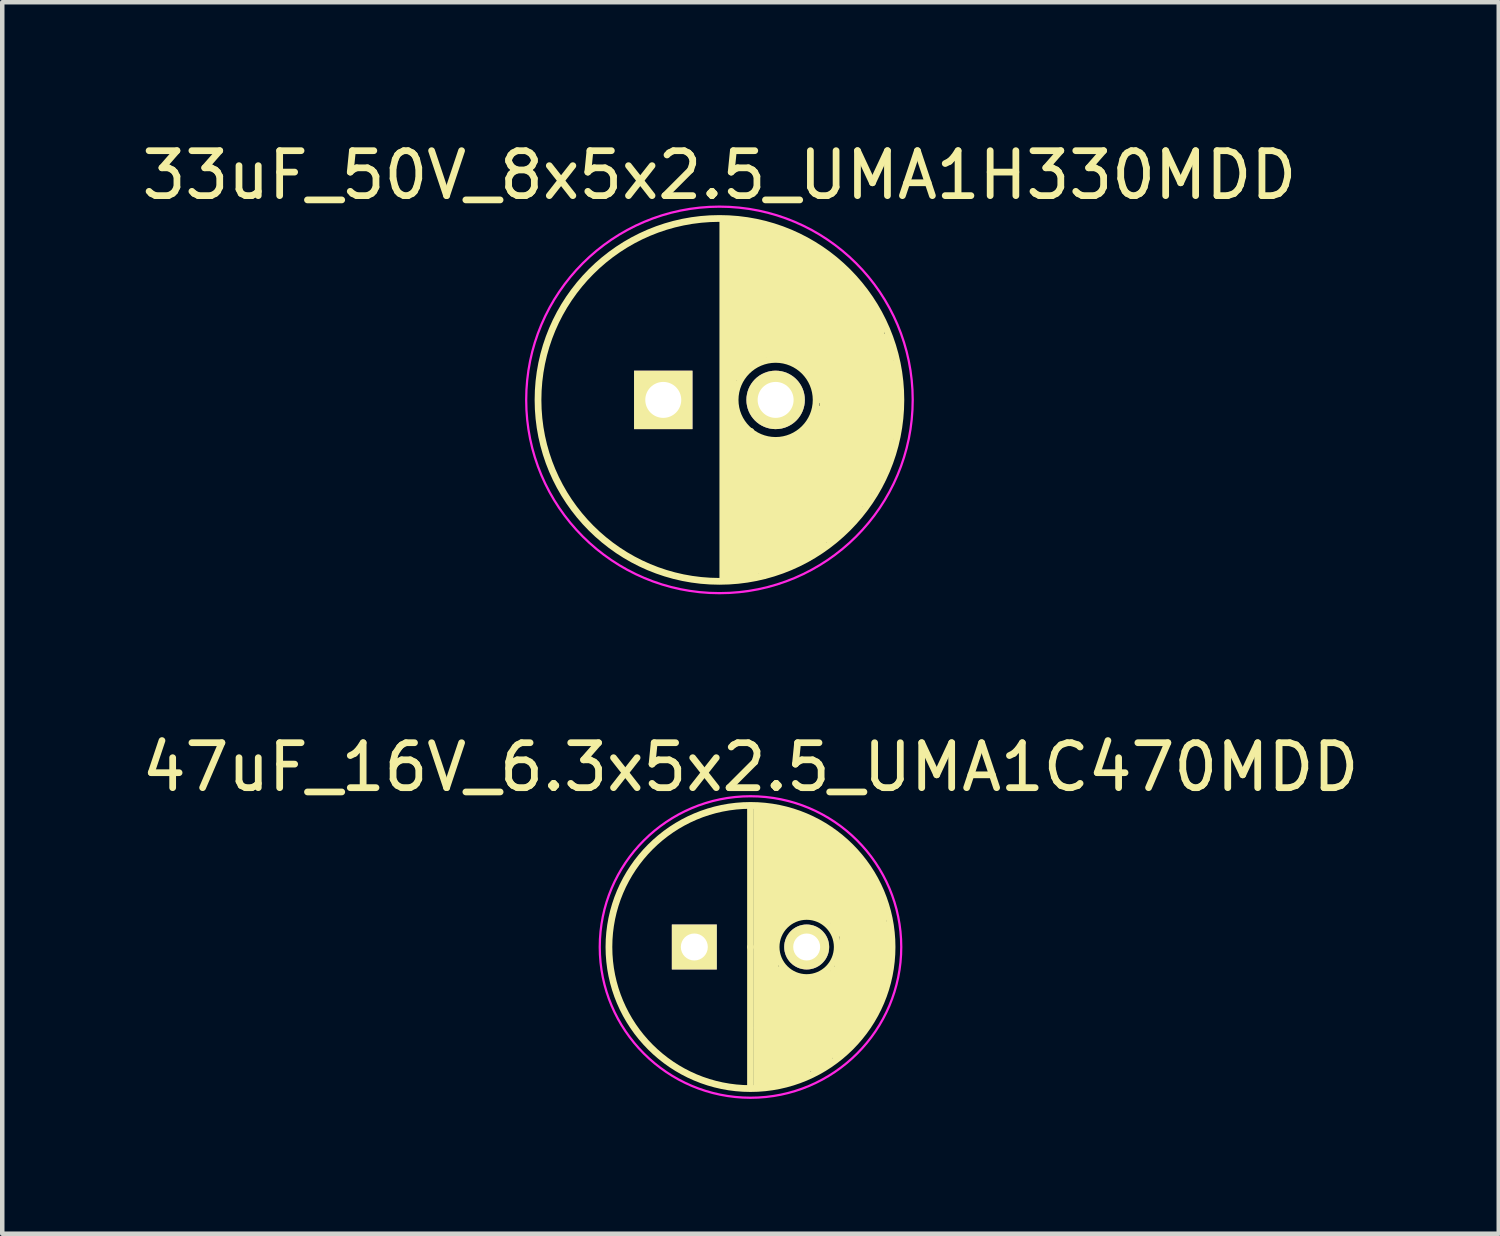
<source format=kicad_pcb>
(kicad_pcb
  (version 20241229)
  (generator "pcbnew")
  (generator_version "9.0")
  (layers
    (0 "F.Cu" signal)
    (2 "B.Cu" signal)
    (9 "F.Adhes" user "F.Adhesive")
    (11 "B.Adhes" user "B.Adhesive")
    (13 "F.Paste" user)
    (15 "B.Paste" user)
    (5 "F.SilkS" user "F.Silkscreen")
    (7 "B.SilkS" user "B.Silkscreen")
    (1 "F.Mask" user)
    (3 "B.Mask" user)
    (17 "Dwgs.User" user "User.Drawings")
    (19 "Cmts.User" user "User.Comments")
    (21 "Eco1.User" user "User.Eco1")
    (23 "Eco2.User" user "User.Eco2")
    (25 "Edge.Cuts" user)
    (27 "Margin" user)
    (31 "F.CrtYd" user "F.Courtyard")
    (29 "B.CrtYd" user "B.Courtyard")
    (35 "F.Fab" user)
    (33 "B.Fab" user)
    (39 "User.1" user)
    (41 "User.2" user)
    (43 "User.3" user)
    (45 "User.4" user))
  (footprint "47uF_16V_6.3x5x2.5_UMA1C470MDD"
    (layer "F.Cu")
    (at 13.649 18.021)
    (property "Reference" "47uF_16V_6.3x5x2.5_UMA1C470MDD" (at 0 -4 0) (layer "F.SilkS") (effects (font (size 1 1) (thickness 0.15))))
    (attr through_hole)
    (fp_line (start 0 0) (end 0 -3.1) (stroke (width 0.15) (type solid)) (layer "F.SilkS"))
    (fp_line (start 0 0) (end 0 3.1) (stroke (width 0.15) (type solid)) (layer "F.SilkS"))
    (fp_line (start 0.15 1.8) (end 0.15 -3.1) (stroke (width 0.15) (type solid)) (layer "F.SilkS"))
    (fp_line (start 0.15 3.1) (end 0.15 1.8) (stroke (width 0.15) (type solid)) (layer "F.SilkS"))
    (fp_line (start 0.25 -3.1) (end 0.25 3.1) (stroke (width 0.15) (type solid)) (layer "F.SilkS"))
    (fp_line (start 0.35 3) (end 0.35 -3) (stroke (width 0.15) (type solid)) (layer "F.SilkS"))
    (fp_line (start 0.45 -3.1) (end 0.45 3.1) (stroke (width 0.15) (type solid)) (layer "F.SilkS"))
    (fp_line (start 0.55 -3) (end 0.55 -0.2) (stroke (width 0.15) (type solid)) (layer "F.SilkS"))
    (fp_line (start 0.55 0.2) (end 0.55 3) (stroke (width 0.15) (type solid)) (layer "F.SilkS"))
    (fp_line (start 0.65 -3) (end 0.55 -3) (stroke (width 0.15) (type solid)) (layer "F.SilkS"))
    (fp_line (start 0.65 -0.4) (end 0.65 -3) (stroke (width 0.15) (type solid)) (layer "F.SilkS"))
    (fp_line (start 0.65 3) (end 0.65 0.5) (stroke (width 0.15) (type solid)) (layer "F.SilkS"))
    (fp_line (start 0.75 -3) (end 0.75 -0.6) (stroke (width 0.15) (type solid)) (layer "F.SilkS"))
    (fp_line (start 0.75 -0.6) (end 0.65 -0.4) (stroke (width 0.15) (type solid)) (layer "F.SilkS"))
    (fp_line (start 0.75 0.5) (end 0.75 3) (stroke (width 0.15) (type solid)) (layer "F.SilkS"))
    (fp_line (start 0.85 -2.9) (end 0.75 -3) (stroke (width 0.15) (type solid)) (layer "F.SilkS"))
    (fp_line (start 0.85 -0.6) (end 0.85 -2.9) (stroke (width 0.15) (type solid)) (layer "F.SilkS"))
    (fp_line (start 0.85 2.9) (end 0.85 0.6) (stroke (width 0.15) (type solid)) (layer "F.SilkS"))
    (fp_line (start 0.95 -2.9) (end 0.95 -0.7) (stroke (width 0.15) (type solid)) (layer "F.SilkS"))
    (fp_line (start 0.95 -0.7) (end 0.85 -0.6) (stroke (width 0.15) (type solid)) (layer "F.SilkS"))
    (fp_line (start 0.95 0.7) (end 0.95 2.9) (stroke (width 0.15) (type solid)) (layer "F.SilkS"))
    (fp_line (start 1.05 -2.9) (end 1.15 -2.8) (stroke (width 0.15) (type solid)) (layer "F.SilkS"))
    (fp_line (start 1.05 -2.8) (end 0.95 -2.9) (stroke (width 0.15) (type solid)) (layer "F.SilkS"))
    (fp_line (start 1.05 -0.7) (end 1.05 -2.8) (stroke (width 0.15) (type solid)) (layer "F.SilkS"))
    (fp_line (start 1.05 2.9) (end 1.05 0.7) (stroke (width 0.15) (type solid)) (layer "F.SilkS"))
    (fp_line (start 1.15 -2.8) (end 1.15 -0.7) (stroke (width 0.15) (type solid)) (layer "F.SilkS"))
    (fp_line (start 1.15 -0.7) (end 1.05 -0.7) (stroke (width 0.15) (type solid)) (layer "F.SilkS"))
    (fp_line (start 1.15 0.7) (end 1.15 2.8) (stroke (width 0.15) (type solid)) (layer "F.SilkS"))
    (fp_line (start 1.25 -2.8) (end 1.05 -2.9) (stroke (width 0.15) (type solid)) (layer "F.SilkS"))
    (fp_line (start 1.25 -0.8) (end 1.25 -2.8) (stroke (width 0.15) (type solid)) (layer "F.SilkS"))
    (fp_line (start 1.25 2.8) (end 1.25 0.8) (stroke (width 0.15) (type solid)) (layer "F.SilkS"))
    (fp_line (start 1.35 -2.8) (end 1.35 -0.7) (stroke (width 0.15) (type solid)) (layer "F.SilkS"))
    (fp_line (start 1.35 -0.7) (end 1.25 -0.8) (stroke (width 0.15) (type solid)) (layer "F.SilkS"))
    (fp_line (start 1.35 0.7) (end 1.35 2.7) (stroke (width 0.15) (type solid)) (layer "F.SilkS"))
    (fp_line (start 1.45 -2.7) (end 1.35 -2.8) (stroke (width 0.15) (type solid)) (layer "F.SilkS"))
    (fp_line (start 1.45 -0.7) (end 1.45 -2.7) (stroke (width 0.15) (type solid)) (layer "F.SilkS"))
    (fp_line (start 1.45 2.7) (end 1.45 0.7) (stroke (width 0.15) (type solid)) (layer "F.SilkS"))
    (fp_line (start 1.55 -2.7) (end 1.55 -0.7) (stroke (width 0.15) (type solid)) (layer "F.SilkS"))
    (fp_line (start 1.55 -0.7) (end 1.45 -0.7) (stroke (width 0.15) (type solid)) (layer "F.SilkS"))
    (fp_line (start 1.55 0.7) (end 1.55 2.6) (stroke (width 0.15) (type solid)) (layer "F.SilkS"))
    (fp_line (start 1.65 -2.6) (end 1.55 -2.7) (stroke (width 0.15) (type solid)) (layer "F.SilkS"))
    (fp_line (start 1.65 -2.5) (end 1.85 -2.5) (stroke (width 0.15) (type solid)) (layer "F.SilkS"))
    (fp_line (start 1.65 -0.6) (end 1.65 -2.6) (stroke (width 0.15) (type solid)) (layer "F.SilkS"))
    (fp_line (start 1.65 2.6) (end 1.65 0.6) (stroke (width 0.15) (type solid)) (layer "F.SilkS"))
    (fp_line (start 1.75 -2.5) (end 1.75 -0.6) (stroke (width 0.15) (type solid)) (layer "F.SilkS"))
    (fp_line (start 1.75 0.6) (end 1.75 2.5) (stroke (width 0.15) (type solid)) (layer "F.SilkS"))
    (fp_line (start 1.85 -0.4) (end 1.85 -2.4) (stroke (width 0.15) (type solid)) (layer "F.SilkS"))
    (fp_line (start 1.85 2.4) (end 1.85 0.5) (stroke (width 0.15) (type solid)) (layer "F.SilkS"))
    (fp_line (start 1.95 -2.4) (end 1.95 -0.3) (stroke (width 0.15) (type solid)) (layer "F.SilkS"))
    (fp_line (start 1.95 0.2) (end 1.95 0.4) (stroke (width 0.15) (type solid)) (layer "F.SilkS"))
    (fp_line (start 1.95 0.4) (end 1.95 2.4) (stroke (width 0.15) (type solid)) (layer "F.SilkS"))
    (fp_line (start 2.05 -2.3) (end 2.15 -2.2) (stroke (width 0.15) (type solid)) (layer "F.SilkS"))
    (fp_line (start 2.05 0) (end 2.05 -2.3) (stroke (width 0.15) (type solid)) (layer "F.SilkS"))
    (fp_line (start 2.05 2.3) (end 2.05 0) (stroke (width 0.15) (type solid)) (layer "F.SilkS"))
    (fp_line (start 2.15 -2.1) (end 2.15 2.2) (stroke (width 0.15) (type solid)) (layer "F.SilkS"))
    (fp_line (start 2.15 2.2) (end 2.25 2.1) (stroke (width 0.15) (type solid)) (layer "F.SilkS"))
    (fp_line (start 2.25 -2.1) (end 2.35 -1.9) (stroke (width 0.15) (type solid)) (layer "F.SilkS"))
    (fp_line (start 2.25 2.1) (end 2.25 -2.1) (stroke (width 0.15) (type solid)) (layer "F.SilkS"))
    (fp_line (start 2.35 -1.9) (end 2.35 2) (stroke (width 0.15) (type solid)) (layer "F.SilkS"))
    (fp_line (start 2.35 2) (end 2.45 1.8) (stroke (width 0.15) (type solid)) (layer "F.SilkS"))
    (fp_line (start 2.45 -1.9) (end 2.55 -1.7) (stroke (width 0.15) (type solid)) (layer "F.SilkS"))
    (fp_line (start 2.45 1.8) (end 2.45 -1.9) (stroke (width 0.15) (type solid)) (layer "F.SilkS"))
    (fp_line (start 2.55 -1.7) (end 2.55 1.7) (stroke (width 0.15) (type solid)) (layer "F.SilkS"))
    (fp_line (start 2.55 -1.7) (end 2.65 -1.5) (stroke (width 0.15) (type solid)) (layer "F.SilkS"))
    (fp_line (start 2.55 1.7) (end 2.65 1.5) (stroke (width 0.15) (type solid)) (layer "F.SilkS"))
    (fp_line (start 2.65 -1.5) (end 2.75 -1.3) (stroke (width 0.15) (type solid)) (layer "F.SilkS"))
    (fp_line (start 2.65 1.5) (end 2.65 -1.5) (stroke (width 0.15) (type solid)) (layer "F.SilkS"))
    (fp_line (start 2.75 -1.3) (end 2.75 1.4) (stroke (width 0.15) (type solid)) (layer "F.SilkS"))
    (fp_line (start 2.75 1.4) (end 2.85 1.1) (stroke (width 0.15) (type solid)) (layer "F.SilkS"))
    (fp_line (start 2.85 -1.2) (end 2.95 -0.7) (stroke (width 0.15) (type solid)) (layer "F.SilkS"))
    (fp_line (start 2.85 1.1) (end 2.85 -1.2) (stroke (width 0.15) (type solid)) (layer "F.SilkS"))
    (fp_line (start 2.95 -0.7) (end 2.95 0.9) (stroke (width 0.15) (type solid)) (layer "F.SilkS"))
    (fp_line (start 2.95 0.9) (end 3.05 0.3) (stroke (width 0.15) (type solid)) (layer "F.SilkS"))
    (fp_line (start 3.05 0.3) (end 3.05 -0.5) (stroke (width 0.15) (type solid)) (layer "F.SilkS"))
    (fp_circle (center 0 0) (end 0 3.15) (stroke (width 0.15) (type solid)) (fill no) (layer "F.SilkS"))
    (fp_circle (center 1.25 0) (end 1.65 0.55) (stroke (width 0.15) (type solid)) (fill no) (layer "F.SilkS"))
    (fp_circle (center 0 0) (end 0.6 3.3) (stroke (width 0.05) (type solid)) (fill no) (layer "F.CrtYd"))
    (pad "1" thru_hole rect (at -1.25 0) (size 1 1) (drill 0.6) (layers "*.Cu" "*.Mask" "F.SilkS"))
    (pad "2" thru_hole circle (at 1.25 0) (size 1 1) (drill 0.6) (layers "*.Cu" "*.Mask" "F.SilkS")))
  (footprint "33uF_50V_8x5x2.5_UMA1H330MDD"
    (layer "F.Cu")
    (at 12.958 5.848)
    (property "Reference" "33uF_50V_8x5x2.5_UMA1H330MDD" (at 0 -5 0) (layer "F.SilkS") (effects (font (size 1 1) (thickness 0.15))))
    (attr through_hole)
    (fp_line (start 0.075 -3.999) (end 0.075 3.999) (stroke (width 0.15) (type solid)) (layer "F.SilkS"))
    (fp_line (start 0.2 -4) (end 0.2 4) (stroke (width 0.15) (type solid)) (layer "F.SilkS"))
    (fp_line (start 0.3 4) (end 0.3 -4) (stroke (width 0.15) (type solid)) (layer "F.SilkS"))
    (fp_line (start 0.4 -4) (end 0.4 -0.5) (stroke (width 0.15) (type solid)) (layer "F.SilkS"))
    (fp_line (start 0.4 4) (end 0.4 0.4) (stroke (width 0.15) (type solid)) (layer "F.SilkS"))
    (fp_line (start 0.5 -0.6) (end 0.5 -3.9) (stroke (width 0.15) (type solid)) (layer "F.SilkS"))
    (fp_line (start 0.5 0.6) (end 0.5 3.9) (stroke (width 0.15) (type solid)) (layer "F.SilkS"))
    (fp_line (start 0.6 -3.9) (end 0.6 -0.7) (stroke (width 0.15) (type solid)) (layer "F.SilkS"))
    (fp_line (start 0.6 3.9) (end 0.6 0.7) (stroke (width 0.15) (type solid)) (layer "F.SilkS"))
    (fp_line (start 0.7 -0.8) (end 0.7 -3.9) (stroke (width 0.15) (type solid)) (layer "F.SilkS"))
    (fp_line (start 0.7 0.7) (end 0.7 3.9) (stroke (width 0.15) (type solid)) (layer "F.SilkS"))
    (fp_line (start 0.8 -3.9) (end 0.8 -0.9) (stroke (width 0.15) (type solid)) (layer "F.SilkS"))
    (fp_line (start 0.8 3.9) (end 0.8 0.8) (stroke (width 0.15) (type solid)) (layer "F.SilkS"))
    (fp_line (start 0.9 -0.9) (end 0.9 -3.9) (stroke (width 0.15) (type solid)) (layer "F.SilkS"))
    (fp_line (start 0.9 0.9) (end 0.9 3.8) (stroke (width 0.15) (type solid)) (layer "F.SilkS"))
    (fp_line (start 1 -3.9) (end 1 -1) (stroke (width 0.15) (type solid)) (layer "F.SilkS"))
    (fp_line (start 1 3.9) (end 1 0.9) (stroke (width 0.15) (type solid)) (layer "F.SilkS"))
    (fp_line (start 1.1 -1) (end 1.1 -3.8) (stroke (width 0.15) (type solid)) (layer "F.SilkS"))
    (fp_line (start 1.1 1) (end 1.1 3.8) (stroke (width 0.15) (type solid)) (layer "F.SilkS"))
    (fp_line (start 1.1 3.8) (end 1 3.9) (stroke (width 0.15) (type solid)) (layer "F.SilkS"))
    (fp_line (start 1.2 -1) (end 1.2 -3.8) (stroke (width 0.15) (type solid)) (layer "F.SilkS"))
    (fp_line (start 1.2 3.8) (end 1.2 1) (stroke (width 0.15) (type solid)) (layer "F.SilkS"))
    (fp_line (start 1.3 -3.8) (end 1.3 -1) (stroke (width 0.15) (type solid)) (layer "F.SilkS"))
    (fp_line (start 1.3 1) (end 1.3 3.8) (stroke (width 0.15) (type solid)) (layer "F.SilkS"))
    (fp_line (start 1.4 -0.9) (end 1.4 -3.7) (stroke (width 0.15) (type solid)) (layer "F.SilkS"))
    (fp_line (start 1.4 3.7) (end 1.4 1) (stroke (width 0.15) (type solid)) (layer "F.SilkS"))
    (fp_line (start 1.5 -3.7) (end 1.5 -1) (stroke (width 0.15) (type solid)) (layer "F.SilkS"))
    (fp_line (start 1.5 0.9) (end 1.5 3.7) (stroke (width 0.15) (type solid)) (layer "F.SilkS"))
    (fp_line (start 1.6 -0.9) (end 1.6 -3.6) (stroke (width 0.15) (type solid)) (layer "F.SilkS"))
    (fp_line (start 1.6 3.6) (end 1.6 0.9) (stroke (width 0.15) (type solid)) (layer "F.SilkS"))
    (fp_line (start 1.7 -3.6) (end 1.7 -0.9) (stroke (width 0.15) (type solid)) (layer "F.SilkS"))
    (fp_line (start 1.7 0.9) (end 1.7 3.6) (stroke (width 0.15) (type solid)) (layer "F.SilkS"))
    (fp_line (start 1.8 -0.8) (end 1.8 -3.5) (stroke (width 0.15) (type solid)) (layer "F.SilkS"))
    (fp_line (start 1.8 3.6) (end 1.8 0.8) (stroke (width 0.15) (type solid)) (layer "F.SilkS"))
    (fp_line (start 1.9 -3.5) (end 1.9 -0.7) (stroke (width 0.15) (type solid)) (layer "F.SilkS"))
    (fp_line (start 1.9 0.7) (end 1.9 3.5) (stroke (width 0.15) (type solid)) (layer "F.SilkS"))
    (fp_line (start 2 -0.6) (end 2 -3.4) (stroke (width 0.15) (type solid)) (layer "F.SilkS"))
    (fp_line (start 2 3.5) (end 2 0.6) (stroke (width 0.15) (type solid)) (layer "F.SilkS"))
    (fp_line (start 2.1 -3.4) (end 2.1 -0.4) (stroke (width 0.15) (type solid)) (layer "F.SilkS"))
    (fp_line (start 2.1 0.4) (end 2.1 3.4) (stroke (width 0.15) (type solid)) (layer "F.SilkS"))
    (fp_line (start 2.2 0) (end 2.2 -3.3) (stroke (width 0.15) (type solid)) (layer "F.SilkS"))
    (fp_line (start 2.2 0.2) (end 2.2 3.3) (stroke (width 0.15) (type solid)) (layer "F.SilkS"))
    (fp_line (start 2.3 -3.2) (end 2.3 3.3) (stroke (width 0.15) (type solid)) (layer "F.SilkS"))
    (fp_line (start 2.4 3.1) (end 2.4 -3.2) (stroke (width 0.15) (type solid)) (layer "F.SilkS"))
    (fp_line (start 2.5 -3.1) (end 2.5 3.1) (stroke (width 0.15) (type solid)) (layer "F.SilkS"))
    (fp_line (start 2.6 3) (end 2.6 -3) (stroke (width 0.15) (type solid)) (layer "F.SilkS"))
    (fp_line (start 2.7 -2.9) (end 2.7 2.9) (stroke (width 0.15) (type solid)) (layer "F.SilkS"))
    (fp_line (start 2.8 2.8) (end 2.8 -2.8) (stroke (width 0.15) (type solid)) (layer "F.SilkS"))
    (fp_line (start 2.9 -2.7) (end 2.9 2.7) (stroke (width 0.15) (type solid)) (layer "F.SilkS"))
    (fp_line (start 3 2.6) (end 3 -2.6) (stroke (width 0.15) (type solid)) (layer "F.SilkS"))
    (fp_line (start 3.1 -2.5) (end 3.1 2.5) (stroke (width 0.15) (type solid)) (layer "F.SilkS"))
    (fp_line (start 3.2 2.3) (end 3.2 -2.4) (stroke (width 0.15) (type solid)) (layer "F.SilkS"))
    (fp_line (start 3.3 -2.2) (end 3.3 2.2) (stroke (width 0.15) (type solid)) (layer "F.SilkS"))
    (fp_line (start 3.4 2) (end 3.4 -2.1) (stroke (width 0.15) (type solid)) (layer "F.SilkS"))
    (fp_line (start 3.5 -1.9) (end 3.5 1.9) (stroke (width 0.15) (type solid)) (layer "F.SilkS"))
    (fp_line (start 3.6 1.5) (end 3.6 1.8) (stroke (width 0.15) (type solid)) (layer "F.SilkS"))
    (fp_line (start 3.6 1.6) (end 3.6 -1.7) (stroke (width 0.15) (type solid)) (layer "F.SilkS"))
    (fp_line (start 3.7 -1.4) (end 3.7 1.5) (stroke (width 0.15) (type solid)) (layer "F.SilkS"))
    (fp_line (start 3.8 1.2) (end 3.8 -1.2) (stroke (width 0.15) (type solid)) (layer "F.SilkS"))
    (fp_line (start 3.9 -0.8) (end 3.9 0.8) (stroke (width 0.15) (type solid)) (layer "F.SilkS"))
    (fp_circle (center 0 0) (end 0 -4.037) (stroke (width 0.15) (type solid)) (fill no) (layer "F.SilkS"))
    (fp_circle (center 1.25 0) (end 1.75 0.75) (stroke (width 0.15) (type solid)) (fill no) (layer "F.SilkS"))
    (fp_circle (center 0 0) (end 0 -4.3) (stroke (width 0.05) (type solid)) (fill no) (layer "F.CrtYd"))
    (pad "1" thru_hole rect (at -1.25 0) (size 1.3 1.3) (drill 0.8) (layers "*.Cu" "*.Mask" "F.SilkS"))
    (pad "2" thru_hole circle (at 1.25 0) (size 1.3 1.3) (drill 0.8) (layers "*.Cu" "*.Mask" "F.SilkS")))
  (gr_rect
    (start -3 -3)
    (end 30.298 24.401)
    (stroke (width 0.1) (type default))
    (fill no)
    (layer "Edge.Cuts")))
</source>
